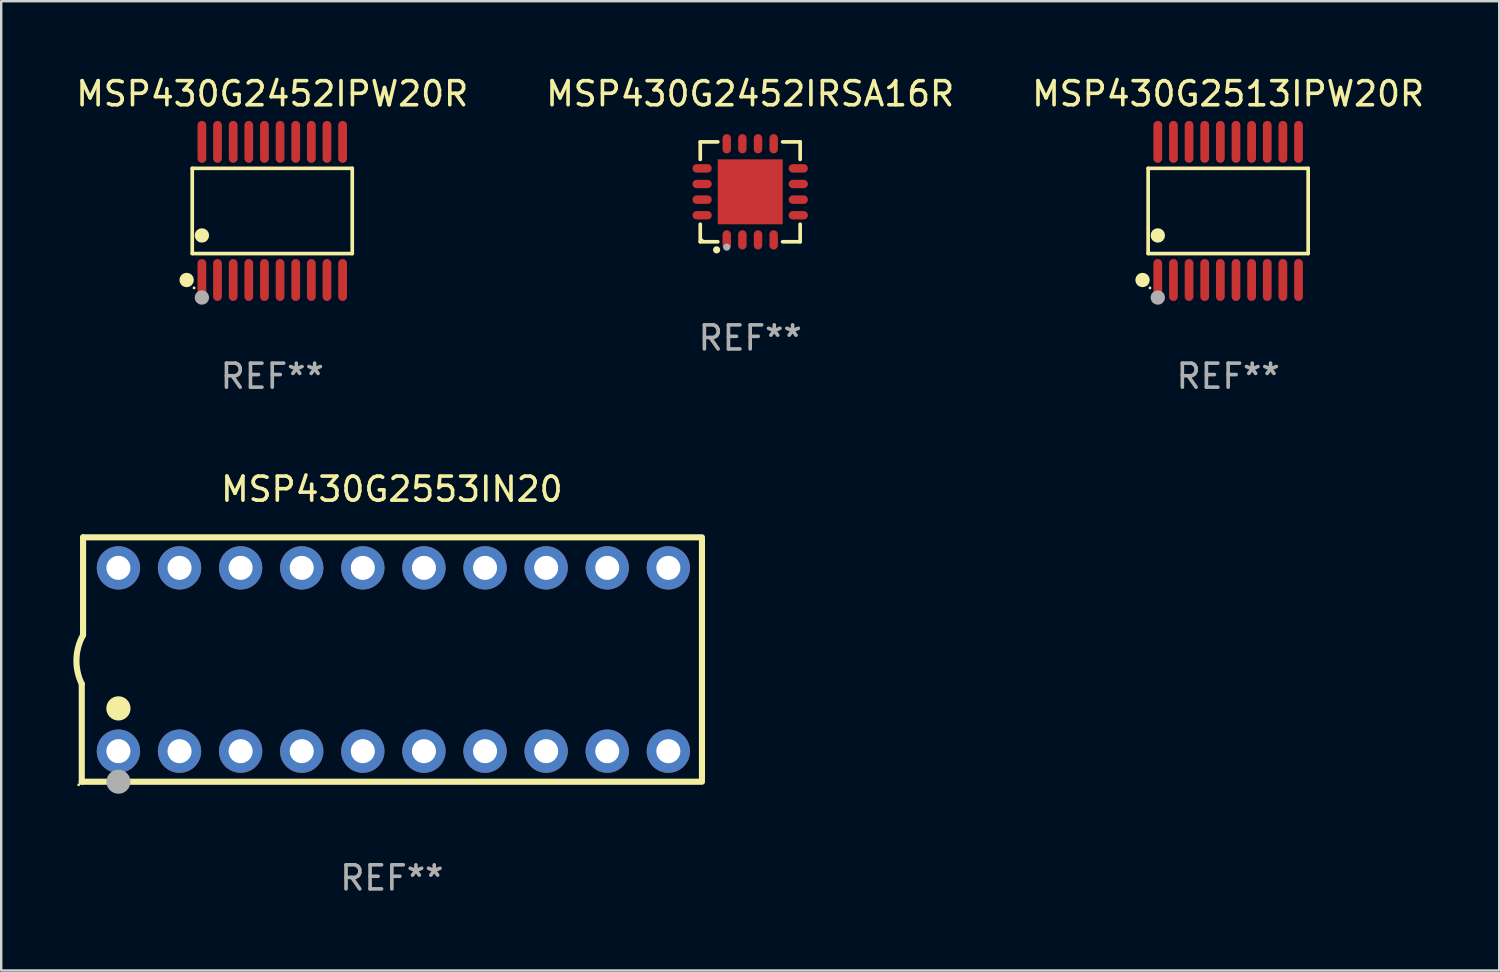
<source format=kicad_pcb>
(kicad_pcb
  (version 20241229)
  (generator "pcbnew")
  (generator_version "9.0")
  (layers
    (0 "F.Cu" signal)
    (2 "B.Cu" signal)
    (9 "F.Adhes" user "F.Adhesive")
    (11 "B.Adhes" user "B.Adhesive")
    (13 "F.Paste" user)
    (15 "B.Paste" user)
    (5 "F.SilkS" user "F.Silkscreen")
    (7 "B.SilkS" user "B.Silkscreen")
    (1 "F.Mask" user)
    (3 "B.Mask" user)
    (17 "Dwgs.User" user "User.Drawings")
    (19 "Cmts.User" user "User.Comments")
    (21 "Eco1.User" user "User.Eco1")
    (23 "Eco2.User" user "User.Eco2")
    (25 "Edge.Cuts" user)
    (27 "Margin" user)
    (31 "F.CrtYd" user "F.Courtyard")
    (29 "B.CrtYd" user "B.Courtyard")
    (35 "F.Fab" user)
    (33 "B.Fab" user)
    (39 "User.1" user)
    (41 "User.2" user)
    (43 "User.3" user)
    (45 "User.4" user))
  (footprint "MSP430G2452IRSA16R"
    (layer "F.Cu")
    (at 28.137 4.924)
    (property "Reference" "MSP430G2452IRSA16R" (at 0 -4.076 0) (layer "F.SilkS") (effects (font (size 1 1) (thickness 0.15))))
    (attr through_hole)
    (fp_line (start -2.076 -2.076) (end -1.347 -2.076) (stroke (width 0.152) (type solid)) (layer "F.SilkS"))
    (fp_line (start -2.076 -1.347) (end -2.076 -2.076) (stroke (width 0.152) (type solid)) (layer "F.SilkS"))
    (fp_line (start -2.076 1.347) (end -2.076 2.076) (stroke (width 0.152) (type solid)) (layer "F.SilkS"))
    (fp_line (start -2.076 2.076) (end -1.347 2.076) (stroke (width 0.152) (type solid)) (layer "F.SilkS"))
    (fp_line (start 2.076 -2.076) (end 1.347 -2.076) (stroke (width 0.152) (type solid)) (layer "F.SilkS"))
    (fp_line (start 2.076 -1.347) (end 2.076 -2.076) (stroke (width 0.152) (type solid)) (layer "F.SilkS"))
    (fp_line (start 2.076 1.347) (end 2.076 2.076) (stroke (width 0.152) (type solid)) (layer "F.SilkS"))
    (fp_line (start 2.076 2.076) (end 1.347 2.076) (stroke (width 0.152) (type solid)) (layer "F.SilkS"))
    (fp_circle (center -2 2) (end -1.97 2) (stroke (width 0.06) (type solid)) (fill no) (layer "F.SilkS"))
    (fp_circle (center -1.397 2.413) (end -1.322 2.413) (stroke (width 0.15) (type solid)) (fill no) (layer "F.SilkS"))
    (fp_circle (center -0.975 2.3) (end -0.9 2.3) (stroke (width 0.15) (type solid)) (fill no) (layer "F.Fab"))
    (fp_text user "REF**" (at 0 6.076 0) (layer "F.Fab") (effects (font (size 1 1) (thickness 0.15))))
    (pad "1" smd oval (at -0.975 1.998) (size 0.35 0.8) (layers "F.Cu" "F.Mask" "F.Paste"))
    (pad "2" smd oval (at -0.325 1.998) (size 0.35 0.8) (layers "F.Cu" "F.Mask" "F.Paste"))
    (pad "3" smd oval (at 0.325 1.998) (size 0.35 0.8) (layers "F.Cu" "F.Mask" "F.Paste"))
    (pad "4" smd oval (at 0.975 1.998) (size 0.35 0.8) (layers "F.Cu" "F.Mask" "F.Paste"))
    (pad "5" smd oval (at 1.998 0.975) (size 0.8 0.35) (layers "F.Cu" "F.Mask" "F.Paste"))
    (pad "6" smd oval (at 1.998 0.325) (size 0.8 0.35) (layers "F.Cu" "F.Mask" "F.Paste"))
    (pad "7" smd oval (at 1.998 -0.325) (size 0.8 0.35) (layers "F.Cu" "F.Mask" "F.Paste"))
    (pad "8" smd oval (at 1.998 -0.975) (size 0.8 0.35) (layers "F.Cu" "F.Mask" "F.Paste"))
    (pad "9" smd oval (at 0.975 -1.998) (size 0.35 0.8) (layers "F.Cu" "F.Mask" "F.Paste"))
    (pad "10" smd oval (at 0.325 -1.998) (size 0.35 0.8) (layers "F.Cu" "F.Mask" "F.Paste"))
    (pad "11" smd oval (at -0.325 -1.998) (size 0.35 0.8) (layers "F.Cu" "F.Mask" "F.Paste"))
    (pad "12" smd oval (at -0.975 -1.998) (size 0.35 0.8) (layers "F.Cu" "F.Mask" "F.Paste"))
    (pad "13" smd oval (at -1.998 -0.975) (size 0.8 0.35) (layers "F.Cu" "F.Mask" "F.Paste"))
    (pad "14" smd oval (at -1.998 -0.325) (size 0.8 0.35) (layers "F.Cu" "F.Mask" "F.Paste"))
    (pad "15" smd oval (at -1.998 0.325) (size 0.8 0.35) (layers "F.Cu" "F.Mask" "F.Paste"))
    (pad "16" smd oval (at -1.998 0.975) (size 0.8 0.35) (layers "F.Cu" "F.Mask" "F.Paste"))
    (pad "17" smd rect (at 0 0) (size 2.7 2.7) (layers "F.Cu" "F.Mask" "F.Paste")))
  (footprint "MSP430G2553IN20"
    (layer "F.Cu")
    (at 13.24 24.367)
    (property "Reference" "MSP430G2553IN20" (at 0 -7.08 0) (layer "F.SilkS") (effects (font (size 1 1) (thickness 0.15))))
    (attr through_hole)
    (fp_line (start -12.891 5.08) (end -12.891 1.016) (stroke (width 0.254) (type solid)) (layer "F.SilkS"))
    (fp_line (start -12.891 5.08) (end 12.891 5.08) (stroke (width 0.254) (type solid)) (layer "F.SilkS"))
    (fp_line (start -12.837 -5.08) (end -12.837 -1.397) (stroke (width 0.254) (type solid)) (layer "F.SilkS"))
    (fp_line (start -12.837 -5.08) (end 12.891 -5.08) (stroke (width 0.254) (type solid)) (layer "F.SilkS"))
    (fp_line (start -12.837 -1.397) (end -12.837 -1.016) (stroke (width 0.254) (type solid)) (layer "F.SilkS"))
    (fp_line (start 12.891 -5) (end 12.891 5) (stroke (width 0.254) (type solid)) (layer "F.SilkS"))
    (fp_arc (start -12.890526 1.016002) (mid -13.111945 -0.006602) (end -12.836525 -1.016002) (stroke (width 0.254001) (type solid)) (layer "F.SilkS"))
    (fp_circle (center -13.018 5.207) (end -12.988 5.207) (stroke (width 0.06) (type solid)) (fill no) (layer "F.SilkS"))
    (fp_circle (center -11.367 2.032) (end -11.113 2.032) (stroke (width 0.5) (type solid)) (fill no) (layer "F.SilkS"))
    (fp_circle (center -11.367 5.08) (end -11.117 5.08) (stroke (width 0.5) (type solid)) (fill no) (layer "F.Fab"))
    (fp_text user "REF**" (at 0 9.08 0) (layer "F.Fab") (effects (font (size 1 1) (thickness 0.15))))
    (pad "1" thru_hole circle (at -11.367 3.81) (size 1.8 1.8) (drill 1) (layers "*.Cu" "*.Mask"))
    (pad "2" thru_hole circle (at -8.827 3.81) (size 1.8 1.8) (drill 1) (layers "*.Cu" "*.Mask"))
    (pad "3" thru_hole circle (at -6.287 3.81) (size 1.8 1.8) (drill 1) (layers "*.Cu" "*.Mask"))
    (pad "4" thru_hole circle (at -3.747 3.81) (size 1.8 1.8) (drill 1) (layers "*.Cu" "*.Mask"))
    (pad "5" thru_hole circle (at -1.207 3.81) (size 1.8 1.8) (drill 1) (layers "*.Cu" "*.Mask"))
    (pad "6" thru_hole circle (at 1.334 3.81) (size 1.8 1.8) (drill 1) (layers "*.Cu" "*.Mask"))
    (pad "7" thru_hole circle (at 3.874 3.81) (size 1.8 1.8) (drill 1) (layers "*.Cu" "*.Mask"))
    (pad "8" thru_hole circle (at 6.414 3.81) (size 1.8 1.8) (drill 1) (layers "*.Cu" "*.Mask"))
    (pad "9" thru_hole circle (at 8.954 3.81) (size 1.8 1.8) (drill 1) (layers "*.Cu" "*.Mask"))
    (pad "10" thru_hole circle (at 11.494 3.81) (size 1.8 1.8) (drill 1) (layers "*.Cu" "*.Mask"))
    (pad "11" thru_hole circle (at 11.494 -3.81) (size 1.8 1.8) (drill 1) (layers "*.Cu" "*.Mask"))
    (pad "12" thru_hole circle (at 8.954 -3.81) (size 1.8 1.8) (drill 1) (layers "*.Cu" "*.Mask"))
    (pad "13" thru_hole circle (at 6.414 -3.81) (size 1.8 1.8) (drill 1) (layers "*.Cu" "*.Mask"))
    (pad "14" thru_hole circle (at 3.874 -3.81) (size 1.8 1.8) (drill 1) (layers "*.Cu" "*.Mask"))
    (pad "15" thru_hole circle (at 1.334 -3.81) (size 1.8 1.8) (drill 1) (layers "*.Cu" "*.Mask"))
    (pad "16" thru_hole circle (at -1.207 -3.81) (size 1.8 1.8) (drill 1) (layers "*.Cu" "*.Mask"))
    (pad "17" thru_hole circle (at -3.747 -3.81) (size 1.8 1.8) (drill 1) (layers "*.Cu" "*.Mask"))
    (pad "18" thru_hole circle (at -6.287 -3.81) (size 1.8 1.8) (drill 1) (layers "*.Cu" "*.Mask"))
    (pad "19" thru_hole circle (at -8.827 -3.81) (size 1.8 1.8) (drill 1) (layers "*.Cu" "*.Mask"))
    (pad "20" thru_hole circle (at -11.367 -3.81) (size 1.8 1.8) (drill 1) (layers "*.Cu" "*.Mask")))
  (footprint "MSP430G2513IPW20R"
    (layer "F.Cu")
    (at 48.006 5.719)
    (property "Reference" "MSP430G2513IPW20R" (at 0 -4.871 0) (layer "F.SilkS") (effects (font (size 1 1) (thickness 0.15))))
    (attr through_hole)
    (fp_line (start -3.326 -1.771) (end 3.326 -1.771) (stroke (width 0.152) (type solid)) (layer "F.SilkS"))
    (fp_line (start -3.326 1.771) (end -3.326 -1.771) (stroke (width 0.152) (type solid)) (layer "F.SilkS"))
    (fp_line (start 3.326 -1.771) (end 3.326 1.771) (stroke (width 0.152) (type solid)) (layer "F.SilkS"))
    (fp_line (start 3.326 1.771) (end -3.326 1.771) (stroke (width 0.152) (type solid)) (layer "F.SilkS"))
    (fp_circle (center -3.559 2.871) (end -3.409 2.871) (stroke (width 0.3) (type solid)) (fill no) (layer "F.SilkS"))
    (fp_circle (center -3.25 3.2) (end -3.22 3.2) (stroke (width 0.06) (type solid)) (fill no) (layer "F.SilkS"))
    (fp_circle (center -2.925 1.019) (end -2.775 1.019) (stroke (width 0.3) (type solid)) (fill no) (layer "F.SilkS"))
    (fp_circle (center -2.925 3.6) (end -2.775 3.6) (stroke (width 0.3) (type solid)) (fill no) (layer "F.Fab"))
    (fp_text user "REF**" (at 0 6.871 0) (layer "F.Fab") (effects (font (size 1 1) (thickness 0.15))))
    (pad "1" smd oval (at -2.925 2.871) (size 0.364 1.742) (layers "F.Cu" "F.Mask" "F.Paste"))
    (pad "2" smd oval (at -2.275 2.871) (size 0.364 1.742) (layers "F.Cu" "F.Mask" "F.Paste"))
    (pad "3" smd oval (at -1.625 2.871) (size 0.364 1.742) (layers "F.Cu" "F.Mask" "F.Paste"))
    (pad "4" smd oval (at -0.975 2.871) (size 0.364 1.742) (layers "F.Cu" "F.Mask" "F.Paste"))
    (pad "5" smd oval (at -0.325 2.871) (size 0.364 1.742) (layers "F.Cu" "F.Mask" "F.Paste"))
    (pad "6" smd oval (at 0.325 2.871) (size 0.364 1.742) (layers "F.Cu" "F.Mask" "F.Paste"))
    (pad "7" smd oval (at 0.975 2.871) (size 0.364 1.742) (layers "F.Cu" "F.Mask" "F.Paste"))
    (pad "8" smd oval (at 1.625 2.871) (size 0.364 1.742) (layers "F.Cu" "F.Mask" "F.Paste"))
    (pad "9" smd oval (at 2.275 2.871) (size 0.364 1.742) (layers "F.Cu" "F.Mask" "F.Paste"))
    (pad "10" smd oval (at 2.925 2.871) (size 0.364 1.742) (layers "F.Cu" "F.Mask" "F.Paste"))
    (pad "11" smd oval (at 2.925 -2.871) (size 0.364 1.742) (layers "F.Cu" "F.Mask" "F.Paste"))
    (pad "12" smd oval (at 2.275 -2.871) (size 0.364 1.742) (layers "F.Cu" "F.Mask" "F.Paste"))
    (pad "13" smd oval (at 1.625 -2.871) (size 0.364 1.742) (layers "F.Cu" "F.Mask" "F.Paste"))
    (pad "14" smd oval (at 0.975 -2.871) (size 0.364 1.742) (layers "F.Cu" "F.Mask" "F.Paste"))
    (pad "15" smd oval (at 0.325 -2.871) (size 0.364 1.742) (layers "F.Cu" "F.Mask" "F.Paste"))
    (pad "16" smd oval (at -0.325 -2.871) (size 0.364 1.742) (layers "F.Cu" "F.Mask" "F.Paste"))
    (pad "17" smd oval (at -0.975 -2.871) (size 0.364 1.742) (layers "F.Cu" "F.Mask" "F.Paste"))
    (pad "18" smd oval (at -1.625 -2.871) (size 0.364 1.742) (layers "F.Cu" "F.Mask" "F.Paste"))
    (pad "19" smd oval (at -2.275 -2.871) (size 0.364 1.742) (layers "F.Cu" "F.Mask" "F.Paste"))
    (pad "20" smd oval (at -2.925 -2.871) (size 0.364 1.742) (layers "F.Cu" "F.Mask" "F.Paste")))
  (footprint "MSP430G2452IPW20R"
    (layer "F.Cu")
    (at 8.268 5.719)
    (property "Reference" "MSP430G2452IPW20R" (at 0 -4.871 0) (layer "F.SilkS") (effects (font (size 1 1) (thickness 0.15))))
    (attr through_hole)
    (fp_line (start -3.326 -1.771) (end 3.326 -1.771) (stroke (width 0.152) (type solid)) (layer "F.SilkS"))
    (fp_line (start -3.326 1.771) (end -3.326 -1.771) (stroke (width 0.152) (type solid)) (layer "F.SilkS"))
    (fp_line (start 3.326 -1.771) (end 3.326 1.771) (stroke (width 0.152) (type solid)) (layer "F.SilkS"))
    (fp_line (start 3.326 1.771) (end -3.326 1.771) (stroke (width 0.152) (type solid)) (layer "F.SilkS"))
    (fp_circle (center -3.559 2.871) (end -3.409 2.871) (stroke (width 0.3) (type solid)) (fill no) (layer "F.SilkS"))
    (fp_circle (center -3.25 3.2) (end -3.22 3.2) (stroke (width 0.06) (type solid)) (fill no) (layer "F.SilkS"))
    (fp_circle (center -2.925 1.019) (end -2.775 1.019) (stroke (width 0.3) (type solid)) (fill no) (layer "F.SilkS"))
    (fp_circle (center -2.925 3.6) (end -2.775 3.6) (stroke (width 0.3) (type solid)) (fill no) (layer "F.Fab"))
    (fp_text user "REF**" (at 0 6.871 0) (layer "F.Fab") (effects (font (size 1 1) (thickness 0.15))))
    (pad "1" smd oval (at -2.925 2.871) (size 0.364 1.742) (layers "F.Cu" "F.Mask" "F.Paste"))
    (pad "2" smd oval (at -2.275 2.871) (size 0.364 1.742) (layers "F.Cu" "F.Mask" "F.Paste"))
    (pad "3" smd oval (at -1.625 2.871) (size 0.364 1.742) (layers "F.Cu" "F.Mask" "F.Paste"))
    (pad "4" smd oval (at -0.975 2.871) (size 0.364 1.742) (layers "F.Cu" "F.Mask" "F.Paste"))
    (pad "5" smd oval (at -0.325 2.871) (size 0.364 1.742) (layers "F.Cu" "F.Mask" "F.Paste"))
    (pad "6" smd oval (at 0.325 2.871) (size 0.364 1.742) (layers "F.Cu" "F.Mask" "F.Paste"))
    (pad "7" smd oval (at 0.975 2.871) (size 0.364 1.742) (layers "F.Cu" "F.Mask" "F.Paste"))
    (pad "8" smd oval (at 1.625 2.871) (size 0.364 1.742) (layers "F.Cu" "F.Mask" "F.Paste"))
    (pad "9" smd oval (at 2.275 2.871) (size 0.364 1.742) (layers "F.Cu" "F.Mask" "F.Paste"))
    (pad "10" smd oval (at 2.925 2.871) (size 0.364 1.742) (layers "F.Cu" "F.Mask" "F.Paste"))
    (pad "11" smd oval (at 2.925 -2.871) (size 0.364 1.742) (layers "F.Cu" "F.Mask" "F.Paste"))
    (pad "12" smd oval (at 2.275 -2.871) (size 0.364 1.742) (layers "F.Cu" "F.Mask" "F.Paste"))
    (pad "13" smd oval (at 1.625 -2.871) (size 0.364 1.742) (layers "F.Cu" "F.Mask" "F.Paste"))
    (pad "14" smd oval (at 0.975 -2.871) (size 0.364 1.742) (layers "F.Cu" "F.Mask" "F.Paste"))
    (pad "15" smd oval (at 0.325 -2.871) (size 0.364 1.742) (layers "F.Cu" "F.Mask" "F.Paste"))
    (pad "16" smd oval (at -0.325 -2.871) (size 0.364 1.742) (layers "F.Cu" "F.Mask" "F.Paste"))
    (pad "17" smd oval (at -0.975 -2.871) (size 0.364 1.742) (layers "F.Cu" "F.Mask" "F.Paste"))
    (pad "18" smd oval (at -1.625 -2.871) (size 0.364 1.742) (layers "F.Cu" "F.Mask" "F.Paste"))
    (pad "19" smd oval (at -2.275 -2.871) (size 0.364 1.742) (layers "F.Cu" "F.Mask" "F.Paste"))
    (pad "20" smd oval (at -2.925 -2.871) (size 0.364 1.742) (layers "F.Cu" "F.Mask" "F.Paste")))
  (gr_rect
    (start -3 -3)
    (end 59.274 37.295)
    (stroke (width 0.1) (type default))
    (fill no)
    (layer "Edge.Cuts")))
</source>
